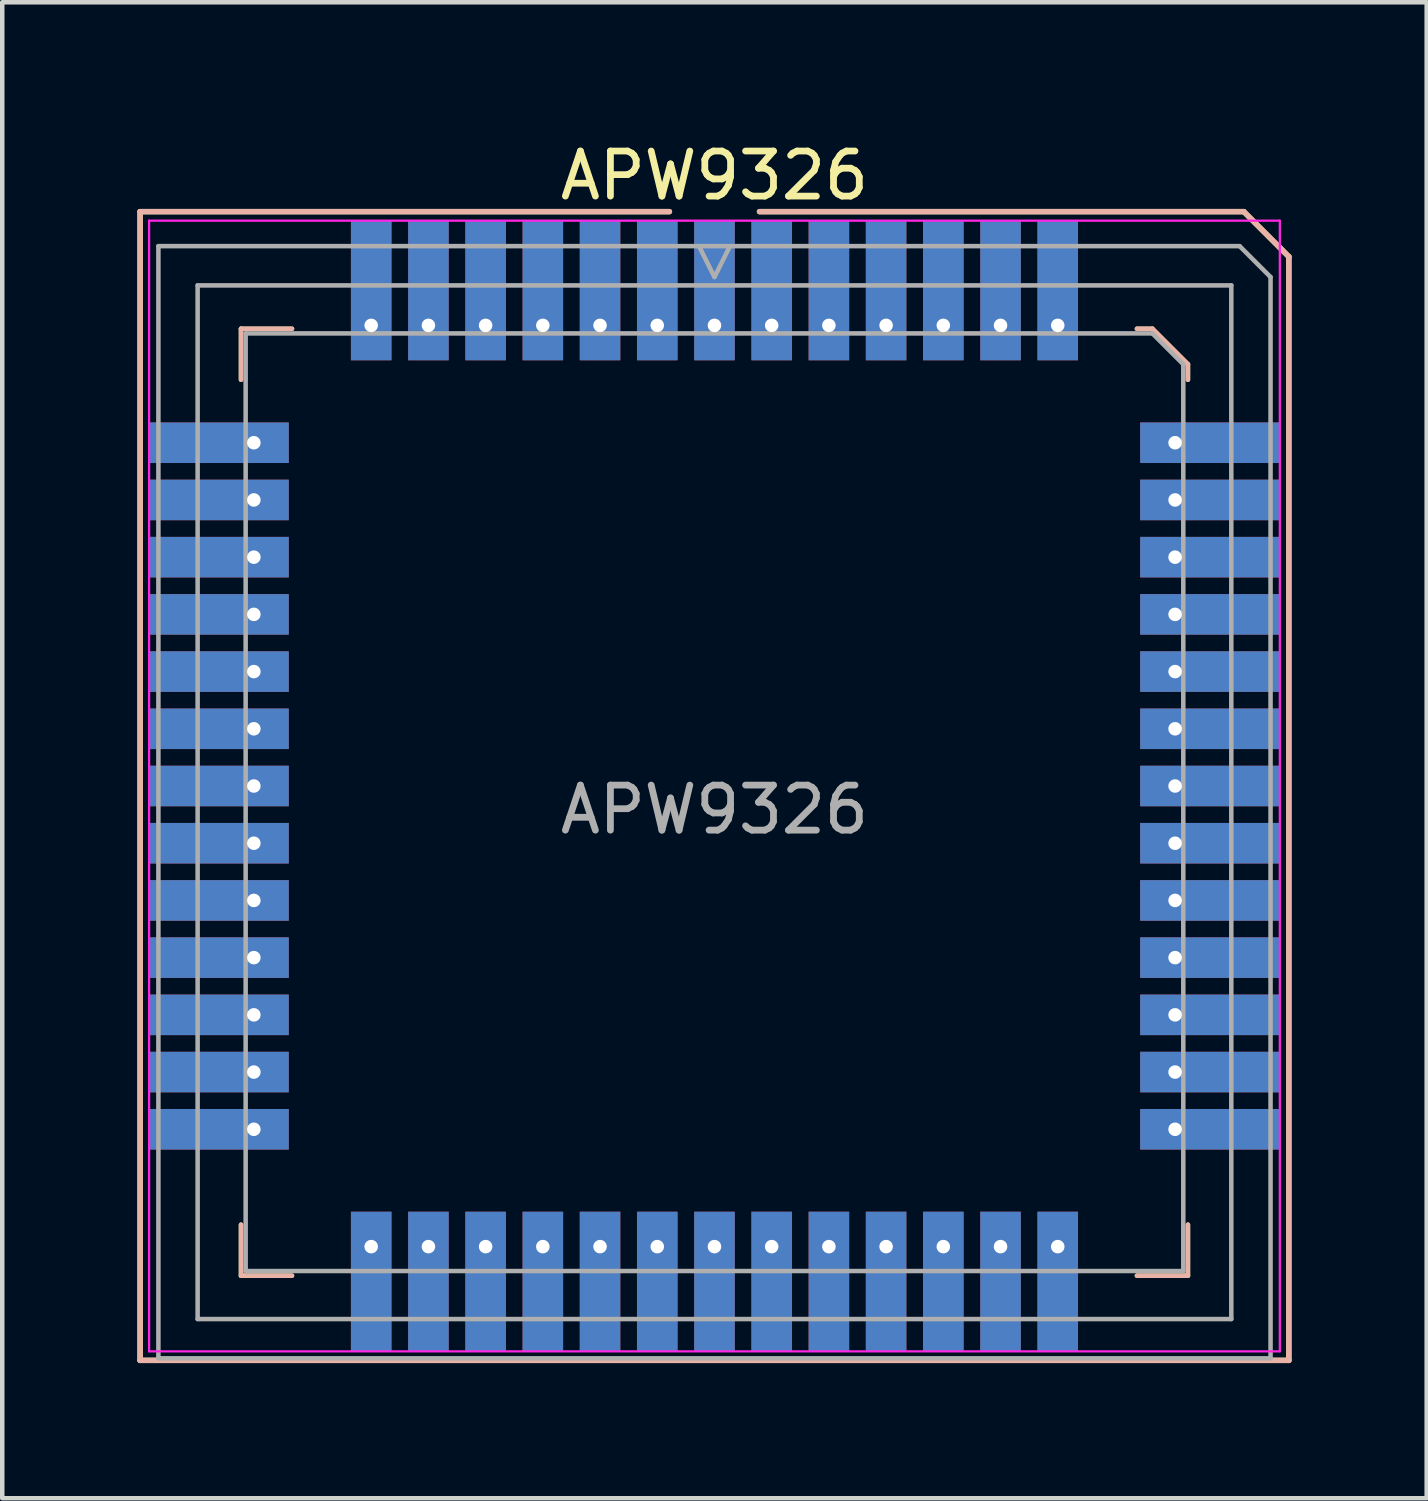
<source format=kicad_pcb>
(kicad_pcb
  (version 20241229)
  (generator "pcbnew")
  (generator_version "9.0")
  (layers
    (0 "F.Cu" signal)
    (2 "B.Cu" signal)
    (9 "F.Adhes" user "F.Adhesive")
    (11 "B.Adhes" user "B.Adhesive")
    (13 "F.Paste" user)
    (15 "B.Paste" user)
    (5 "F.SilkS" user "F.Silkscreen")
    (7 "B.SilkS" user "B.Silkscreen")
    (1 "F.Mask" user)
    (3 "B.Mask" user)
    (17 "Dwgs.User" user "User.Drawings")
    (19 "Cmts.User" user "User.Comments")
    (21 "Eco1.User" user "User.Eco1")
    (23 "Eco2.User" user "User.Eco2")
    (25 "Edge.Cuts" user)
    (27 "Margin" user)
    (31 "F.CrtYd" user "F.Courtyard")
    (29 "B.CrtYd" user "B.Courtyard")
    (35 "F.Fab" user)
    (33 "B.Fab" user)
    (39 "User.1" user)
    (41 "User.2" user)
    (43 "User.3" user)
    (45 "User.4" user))
  (footprint "APW9326"
    (layer "F.Cu")
    (at 12.81 14.398)
    (property "Reference" "APW9326" (at 0 -13.55 180) (layer "F.SilkS") (effects (font (size 1 1) (thickness 0.15))))
    (attr smd)
    (fp_line (start -12.75 -12.75) (end -1 -12.75) (stroke (width 0.12) (type solid)) (layer "F.SilkS"))
    (fp_line (start -12.75 12.75) (end -12.75 -12.75) (stroke (width 0.12) (type solid)) (layer "F.SilkS"))
    (fp_line (start -10.51 -10.15) (end -10.51 -9.018) (stroke (width 0.1) (type solid)) (layer "F.SilkS"))
    (fp_line (start -10.51 10.87) (end -10.51 9.738) (stroke (width 0.1) (type solid)) (layer "F.SilkS"))
    (fp_line (start -9.378 -10.15) (end -10.51 -10.15) (stroke (width 0.1) (type solid)) (layer "F.SilkS"))
    (fp_line (start -9.378 10.87) (end -10.51 10.87) (stroke (width 0.1) (type solid)) (layer "F.SilkS"))
    (fp_line (start 1 -12.75) (end 11.75 -12.75) (stroke (width 0.12) (type solid)) (layer "F.SilkS"))
    (fp_line (start 9.378 -10.15) (end 9.721 -10.15) (stroke (width 0.1) (type solid)) (layer "F.SilkS"))
    (fp_line (start 9.378 10.87) (end 10.51 10.87) (stroke (width 0.1) (type solid)) (layer "F.SilkS"))
    (fp_line (start 9.721 -10.15) (end 10.51 -9.361) (stroke (width 0.1) (type solid)) (layer "F.SilkS"))
    (fp_line (start 10.51 -9.361) (end 10.51 -9.018) (stroke (width 0.1) (type solid)) (layer "F.SilkS"))
    (fp_line (start 10.51 10.87) (end 10.51 9.738) (stroke (width 0.1) (type solid)) (layer "F.SilkS"))
    (fp_line (start 11.75 -12.75) (end 12.75 -11.75) (stroke (width 0.12) (type solid)) (layer "F.SilkS"))
    (fp_line (start 12.75 -11.75) (end 12.75 12.75) (stroke (width 0.12) (type solid)) (layer "F.SilkS"))
    (fp_line (start 12.75 12.75) (end -12.75 12.75) (stroke (width 0.12) (type solid)) (layer "F.SilkS"))
    (fp_line (start -12.75 -12.75) (end -1 -12.75) (stroke (width 0.12) (type solid)) (layer "B.SilkS"))
    (fp_line (start -12.75 12.75) (end -12.75 -12.75) (stroke (width 0.12) (type solid)) (layer "B.SilkS"))
    (fp_line (start -10.51 -10.15) (end -10.51 -9.018) (stroke (width 0.1) (type solid)) (layer "B.SilkS"))
    (fp_line (start -10.51 10.87) (end -10.51 9.738) (stroke (width 0.1) (type solid)) (layer "B.SilkS"))
    (fp_line (start -9.378 -10.15) (end -10.51 -10.15) (stroke (width 0.1) (type solid)) (layer "B.SilkS"))
    (fp_line (start -9.378 10.87) (end -10.51 10.87) (stroke (width 0.1) (type solid)) (layer "B.SilkS"))
    (fp_line (start 1 -12.75) (end 11.75 -12.75) (stroke (width 0.12) (type solid)) (layer "B.SilkS"))
    (fp_line (start 9.378 -10.15) (end 9.721 -10.15) (stroke (width 0.1) (type solid)) (layer "B.SilkS"))
    (fp_line (start 9.378 10.87) (end 10.51 10.87) (stroke (width 0.1) (type solid)) (layer "B.SilkS"))
    (fp_line (start 9.721 -10.15) (end 10.51 -9.361) (stroke (width 0.1) (type solid)) (layer "B.SilkS"))
    (fp_line (start 10.51 -9.361) (end 10.51 -9.018) (stroke (width 0.1) (type solid)) (layer "B.SilkS"))
    (fp_line (start 10.51 10.87) (end 10.51 9.738) (stroke (width 0.1) (type solid)) (layer "B.SilkS"))
    (fp_line (start 11.75 -12.75) (end 12.75 -11.75) (stroke (width 0.12) (type solid)) (layer "B.SilkS"))
    (fp_line (start 12.75 -11.75) (end 12.75 12.75) (stroke (width 0.12) (type solid)) (layer "B.SilkS"))
    (fp_line (start 12.75 12.75) (end -12.75 12.75) (stroke (width 0.12) (type solid)) (layer "B.SilkS"))
    (fp_line (start -12.55 -12.55) (end 12.55 -12.55) (stroke (width 0.05) (type solid)) (layer "F.CrtYd"))
    (fp_line (start -12.55 12.55) (end -12.55 -12.55) (stroke (width 0.05) (type solid)) (layer "F.CrtYd"))
    (fp_line (start 12.55 -12.55) (end 12.55 12.55) (stroke (width 0.05) (type solid)) (layer "F.CrtYd"))
    (fp_line (start 12.55 12.55) (end -12.55 12.55) (stroke (width 0.05) (type solid)) (layer "F.CrtYd"))
    (fp_line (start -12.344 -11.984) (end 11.658 -11.984) (stroke (width 0.1) (type solid)) (layer "F.Fab"))
    (fp_line (start -12.344 12.704) (end -12.344 -11.984) (stroke (width 0.1) (type solid)) (layer "F.Fab"))
    (fp_line (start -11.473 -11.113) (end 11.473 -11.113) (stroke (width 0.1) (type solid)) (layer "F.Fab"))
    (fp_line (start -11.473 11.833) (end -11.473 -11.113) (stroke (width 0.1) (type solid)) (layer "F.Fab"))
    (fp_line (start -10.407 -10.047) (end 9.721 -10.047) (stroke (width 0.1) (type solid)) (layer "F.Fab"))
    (fp_line (start -10.407 10.767) (end -10.407 -10.047) (stroke (width 0.1) (type solid)) (layer "F.Fab"))
    (fp_line (start 0 -11.298) (end -0.343 -11.984) (stroke (width 0.1) (type solid)) (layer "F.Fab"))
    (fp_line (start 0.343 -11.984) (end 0 -11.298) (stroke (width 0.1) (type solid)) (layer "F.Fab"))
    (fp_line (start 9.721 -10.047) (end 10.407 -9.361) (stroke (width 0.1) (type solid)) (layer "F.Fab"))
    (fp_line (start 10.407 -9.361) (end 10.407 10.767) (stroke (width 0.1) (type solid)) (layer "F.Fab"))
    (fp_line (start 10.407 10.767) (end -10.407 10.767) (stroke (width 0.1) (type solid)) (layer "F.Fab"))
    (fp_line (start 11.473 -11.113) (end 11.473 11.833) (stroke (width 0.1) (type solid)) (layer "F.Fab"))
    (fp_line (start 11.473 11.833) (end -11.473 11.833) (stroke (width 0.1) (type solid)) (layer "F.Fab"))
    (fp_line (start 11.658 -11.984) (end 12.344 -11.298) (stroke (width 0.1) (type solid)) (layer "F.Fab"))
    (fp_line (start 12.344 -11.298) (end 12.344 12.704) (stroke (width 0.1) (type solid)) (layer "F.Fab"))
    (fp_line (start 12.344 12.704) (end -12.344 12.704) (stroke (width 0.1) (type solid)) (layer "F.Fab"))
    (fp_text user "${REFERENCE}" (at 0 0.525 180) (layer "F.Fab") (effects (font (size 1 1) (thickness 0.15))))
    (pad "1" thru_hole rect (at 0 -10.225) (size 0.9 3.1) (drill 0.3 (offset 0 -0.775)) (layers "*.Cu" "*.Mask"))
    (pad "2" thru_hole rect (at 1.27 -10.225) (size 0.9 3.1) (drill 0.3 (offset 0 -0.775)) (layers "*.Cu" "*.Mask"))
    (pad "3" thru_hole rect (at 2.54 -10.225) (size 0.9 3.1) (drill 0.3 (offset 0 -0.775)) (layers "*.Cu" "*.Mask"))
    (pad "4" thru_hole rect (at 3.81 -10.225) (size 0.9 3.1) (drill 0.3 (offset 0 -0.775)) (layers "*.Cu" "*.Mask"))
    (pad "5" thru_hole rect (at 5.08 -10.225) (size 0.9 3.1) (drill 0.3 (offset 0 -0.775)) (layers "*.Cu" "*.Mask"))
    (pad "6" thru_hole rect (at 6.35 -10.225) (size 0.9 3.1) (drill 0.3 (offset 0 -0.775)) (layers "*.Cu" "*.Mask"))
    (pad "7" thru_hole rect (at 7.62 -10.225) (size 0.9 3.1) (drill 0.3 (offset 0 -0.775)) (layers "*.Cu" "*.Mask"))
    (pad "8" thru_hole rect (at 10.225 -7.62) (size 3.1 0.9) (drill 0.3 (offset 0.775 0)) (layers "*.Cu" "*.Mask"))
    (pad "9" thru_hole rect (at 10.225 -6.35) (size 3.1 0.9) (drill 0.3 (offset 0.775 0)) (layers "*.Cu" "*.Mask"))
    (pad "10" thru_hole rect (at 10.225 -5.08) (size 3.1 0.9) (drill 0.3 (offset 0.775 0)) (layers "*.Cu" "*.Mask"))
    (pad "11" thru_hole rect (at 10.225 -3.81) (size 3.1 0.9) (drill 0.3 (offset 0.775 0)) (layers "*.Cu" "*.Mask"))
    (pad "12" thru_hole rect (at 10.225 -2.54) (size 3.1 0.9) (drill 0.3 (offset 0.775 0)) (layers "*.Cu" "*.Mask"))
    (pad "13" thru_hole rect (at 10.225 -1.27) (size 3.1 0.9) (drill 0.3 (offset 0.775 0)) (layers "*.Cu" "*.Mask"))
    (pad "14" thru_hole rect (at 10.225 0) (size 3.1 0.9) (drill 0.3 (offset 0.775 0)) (layers "*.Cu" "*.Mask"))
    (pad "15" thru_hole rect (at 10.225 1.27) (size 3.1 0.9) (drill 0.3 (offset 0.775 0)) (layers "*.Cu" "*.Mask"))
    (pad "16" thru_hole rect (at 10.225 2.54) (size 3.1 0.9) (drill 0.3 (offset 0.775 0)) (layers "*.Cu" "*.Mask"))
    (pad "17" thru_hole rect (at 10.225 3.81) (size 3.1 0.9) (drill 0.3 (offset 0.775 0)) (layers "*.Cu" "*.Mask"))
    (pad "18" thru_hole rect (at 10.225 5.08) (size 3.1 0.9) (drill 0.3 (offset 0.775 0)) (layers "*.Cu" "*.Mask"))
    (pad "19" thru_hole rect (at 10.225 6.35) (size 3.1 0.9) (drill 0.3 (offset 0.775 0)) (layers "*.Cu" "*.Mask"))
    (pad "20" thru_hole rect (at 10.225 7.62) (size 3.1 0.9) (drill 0.3 (offset 0.775 0)) (layers "*.Cu" "*.Mask"))
    (pad "21" thru_hole rect (at 7.62 10.225) (size 0.9 3.1) (drill 0.3 (offset 0 0.775)) (layers "*.Cu" "*.Mask"))
    (pad "22" thru_hole rect (at 6.35 10.225) (size 0.9 3.1) (drill 0.3 (offset 0 0.775)) (layers "*.Cu" "*.Mask"))
    (pad "23" thru_hole rect (at 5.08 10.225) (size 0.9 3.1) (drill 0.3 (offset 0 0.775)) (layers "*.Cu" "*.Mask"))
    (pad "24" thru_hole rect (at 3.81 10.225) (size 0.9 3.1) (drill 0.3 (offset 0 0.775)) (layers "*.Cu" "*.Mask"))
    (pad "25" thru_hole rect (at 2.54 10.225) (size 0.9 3.1) (drill 0.3 (offset 0 0.775)) (layers "*.Cu" "*.Mask"))
    (pad "26" thru_hole rect (at 1.27 10.225) (size 0.9 3.1) (drill 0.3 (offset 0 0.775)) (layers "*.Cu" "*.Mask"))
    (pad "27" thru_hole rect (at 0 10.225) (size 0.9 3.1) (drill 0.3 (offset 0 0.775)) (layers "*.Cu" "*.Mask"))
    (pad "28" thru_hole rect (at -1.27 10.225) (size 0.9 3.1) (drill 0.3 (offset 0 0.775)) (layers "*.Cu" "*.Mask"))
    (pad "29" thru_hole rect (at -2.54 10.225) (size 0.9 3.1) (drill 0.3 (offset 0 0.775)) (layers "*.Cu" "*.Mask"))
    (pad "30" thru_hole rect (at -3.81 10.225) (size 0.9 3.1) (drill 0.3 (offset 0 0.775)) (layers "*.Cu" "*.Mask"))
    (pad "31" thru_hole rect (at -5.08 10.225) (size 0.9 3.1) (drill 0.3 (offset 0 0.775)) (layers "*.Cu" "*.Mask"))
    (pad "32" thru_hole rect (at -6.35 10.225) (size 0.9 3.1) (drill 0.3 (offset 0 0.775)) (layers "*.Cu" "*.Mask"))
    (pad "33" thru_hole rect (at -7.62 10.225) (size 0.9 3.1) (drill 0.3 (offset 0 0.775)) (layers "*.Cu" "*.Mask"))
    (pad "34" thru_hole rect (at -10.225 7.62) (size 3.1 0.9) (drill 0.3 (offset -0.775 0)) (layers "*.Cu" "*.Mask"))
    (pad "35" thru_hole rect (at -10.225 6.35) (size 3.1 0.9) (drill 0.3 (offset -0.775 0)) (layers "*.Cu" "*.Mask"))
    (pad "36" thru_hole rect (at -10.225 5.08) (size 3.1 0.9) (drill 0.3 (offset -0.775 0)) (layers "*.Cu" "*.Mask"))
    (pad "37" thru_hole rect (at -10.225 3.81) (size 3.1 0.9) (drill 0.3 (offset -0.775 0)) (layers "*.Cu" "*.Mask"))
    (pad "38" thru_hole rect (at -10.225 2.54) (size 3.1 0.9) (drill 0.3 (offset -0.775 0)) (layers "*.Cu" "*.Mask"))
    (pad "39" thru_hole rect (at -10.225 1.27) (size 3.1 0.9) (drill 0.3 (offset -0.775 0)) (layers "*.Cu" "*.Mask"))
    (pad "40" thru_hole rect (at -10.225 0) (size 3.1 0.9) (drill 0.3 (offset -0.775 0)) (layers "*.Cu" "*.Mask"))
    (pad "41" thru_hole rect (at -10.225 -1.27) (size 3.1 0.9) (drill 0.3 (offset -0.775 0)) (layers "*.Cu" "*.Mask"))
    (pad "42" thru_hole rect (at -10.225 -2.54) (size 3.1 0.9) (drill 0.3 (offset -0.775 0)) (layers "*.Cu" "*.Mask"))
    (pad "43" thru_hole rect (at -10.225 -3.81) (size 3.1 0.9) (drill 0.3 (offset -0.775 0)) (layers "*.Cu" "*.Mask"))
    (pad "44" thru_hole rect (at -10.225 -5.08) (size 3.1 0.9) (drill 0.3 (offset -0.775 0)) (layers "*.Cu" "*.Mask"))
    (pad "45" thru_hole rect (at -10.225 -6.35) (size 3.1 0.9) (drill 0.3 (offset -0.775 0)) (layers "*.Cu" "*.Mask"))
    (pad "46" thru_hole rect (at -10.225 -7.62) (size 3.1 0.9) (drill 0.3 (offset -0.775 0)) (layers "*.Cu" "*.Mask"))
    (pad "47" thru_hole rect (at -7.62 -10.225) (size 0.9 3.1) (drill 0.3 (offset 0 -0.775)) (layers "*.Cu" "*.Mask"))
    (pad "48" thru_hole rect (at -6.35 -10.225) (size 0.9 3.1) (drill 0.3 (offset 0 -0.775)) (layers "*.Cu" "*.Mask"))
    (pad "49" thru_hole rect (at -5.08 -10.225) (size 0.9 3.1) (drill 0.3 (offset 0 -0.775)) (layers "*.Cu" "*.Mask"))
    (pad "50" thru_hole rect (at -3.81 -10.225) (size 0.9 3.1) (drill 0.3 (offset 0 -0.775)) (layers "*.Cu" "*.Mask"))
    (pad "51" thru_hole rect (at -2.54 -10.225) (size 0.9 3.1) (drill 0.3 (offset 0 -0.775)) (layers "*.Cu" "*.Mask"))
    (pad "52" thru_hole rect (at -1.27 -10.225) (size 0.9 3.1) (drill 0.3 (offset 0 -0.775)) (layers "*.Cu" "*.Mask")))
  (gr_rect
    (start -3 -3)
    (end 28.62 30.208)
    (stroke (width 0.1) (type default))
    (fill no)
    (layer "Edge.Cuts")))
</source>
